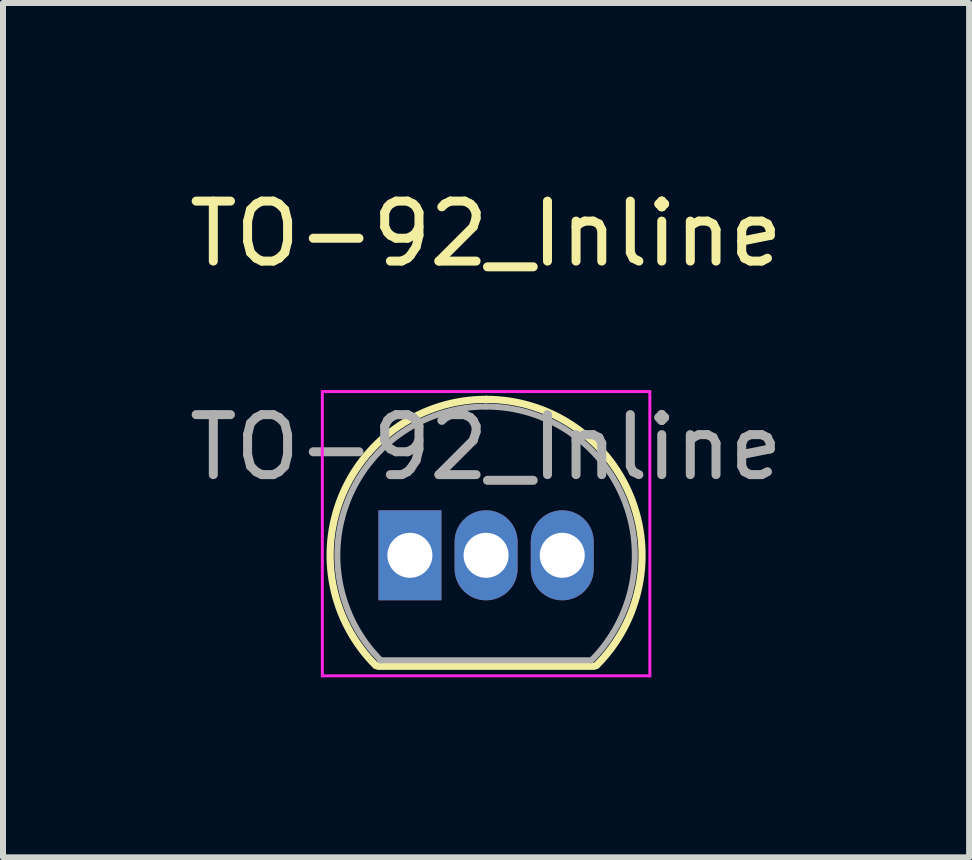
<source format=kicad_pcb>
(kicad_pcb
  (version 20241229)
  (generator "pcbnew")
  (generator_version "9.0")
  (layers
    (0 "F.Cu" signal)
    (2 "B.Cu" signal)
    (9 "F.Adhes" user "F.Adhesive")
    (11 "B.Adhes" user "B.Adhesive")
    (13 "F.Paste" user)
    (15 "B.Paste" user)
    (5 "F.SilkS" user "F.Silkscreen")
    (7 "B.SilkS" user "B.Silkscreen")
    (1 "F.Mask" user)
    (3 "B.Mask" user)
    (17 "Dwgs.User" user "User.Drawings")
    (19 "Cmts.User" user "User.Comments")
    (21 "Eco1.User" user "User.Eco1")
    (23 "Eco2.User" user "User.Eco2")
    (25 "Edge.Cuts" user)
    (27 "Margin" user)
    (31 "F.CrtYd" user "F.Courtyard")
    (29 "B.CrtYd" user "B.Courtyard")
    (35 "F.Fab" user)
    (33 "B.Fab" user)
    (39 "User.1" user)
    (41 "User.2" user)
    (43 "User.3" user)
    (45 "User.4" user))
  (footprint "TO-92_Inline"
    (layer "F.Cu")
    (at 3.784 6.208)
    (property "Reference" "TO-92_Inline" (at 1.27 -5.36 0) (layer "F.SilkS") (effects (font (size 1 1) (thickness 0.15))))
    (attr through_hole)
    (fp_line (start -0.53 1.85) (end 3.07 1.85) (stroke (width 0.12) (type solid)) (layer "F.SilkS"))
    (fp_arc (start -0.568478 1.838478) (mid -1.132087 -0.994977) (end 1.27 -2.6) (stroke (width 0.12) (type solid)) (layer "F.SilkS"))
    (fp_arc (start 1.27 -2.6) (mid 3.672087 -0.994977) (end 3.108478 1.838478) (stroke (width 0.12) (type solid)) (layer "F.SilkS"))
    (fp_line (start -1.46 -2.73) (end -1.46 2.01) (stroke (width 0.05) (type solid)) (layer "F.CrtYd"))
    (fp_line (start -1.46 -2.73) (end 4 -2.73) (stroke (width 0.05) (type solid)) (layer "F.CrtYd"))
    (fp_line (start 4 2.01) (end -1.46 2.01) (stroke (width 0.05) (type solid)) (layer "F.CrtYd"))
    (fp_line (start 4 2.01) (end 4 -2.73) (stroke (width 0.05) (type solid)) (layer "F.CrtYd"))
    (fp_line (start -0.5 1.75) (end 3 1.75) (stroke (width 0.1) (type solid)) (layer "F.Fab"))
    (fp_arc (start -0.483625 1.753625) (mid -1.021221 -0.949055) (end 1.27 -2.48) (stroke (width 0.1) (type solid)) (layer "F.Fab"))
    (fp_arc (start 1.27 -2.48) (mid 3.561221 -0.949055) (end 3.023625 1.753625) (stroke (width 0.1) (type solid)) (layer "F.Fab"))
    (fp_text user "${REFERENCE}" (at 1.27 -1.8 0) (layer "F.Fab") (effects (font (size 1 1) (thickness 0.15))))
    (pad "1" thru_hole rect (at 0 0) (size 1.05 1.5) (drill 0.75) (layers "*.Cu" "*.Mask"))
    (pad "2" thru_hole oval (at 1.27 0) (size 1.05 1.5) (drill 0.75) (layers "*.Cu" "*.Mask"))
    (pad "3" thru_hole oval (at 2.54 0) (size 1.05 1.5) (drill 0.75) (layers "*.Cu" "*.Mask")))
  (gr_rect
    (start -3 -3)
    (end 13.107 11.243)
    (stroke (width 0.1) (type default))
    (fill no)
    (layer "Edge.Cuts")))
</source>
